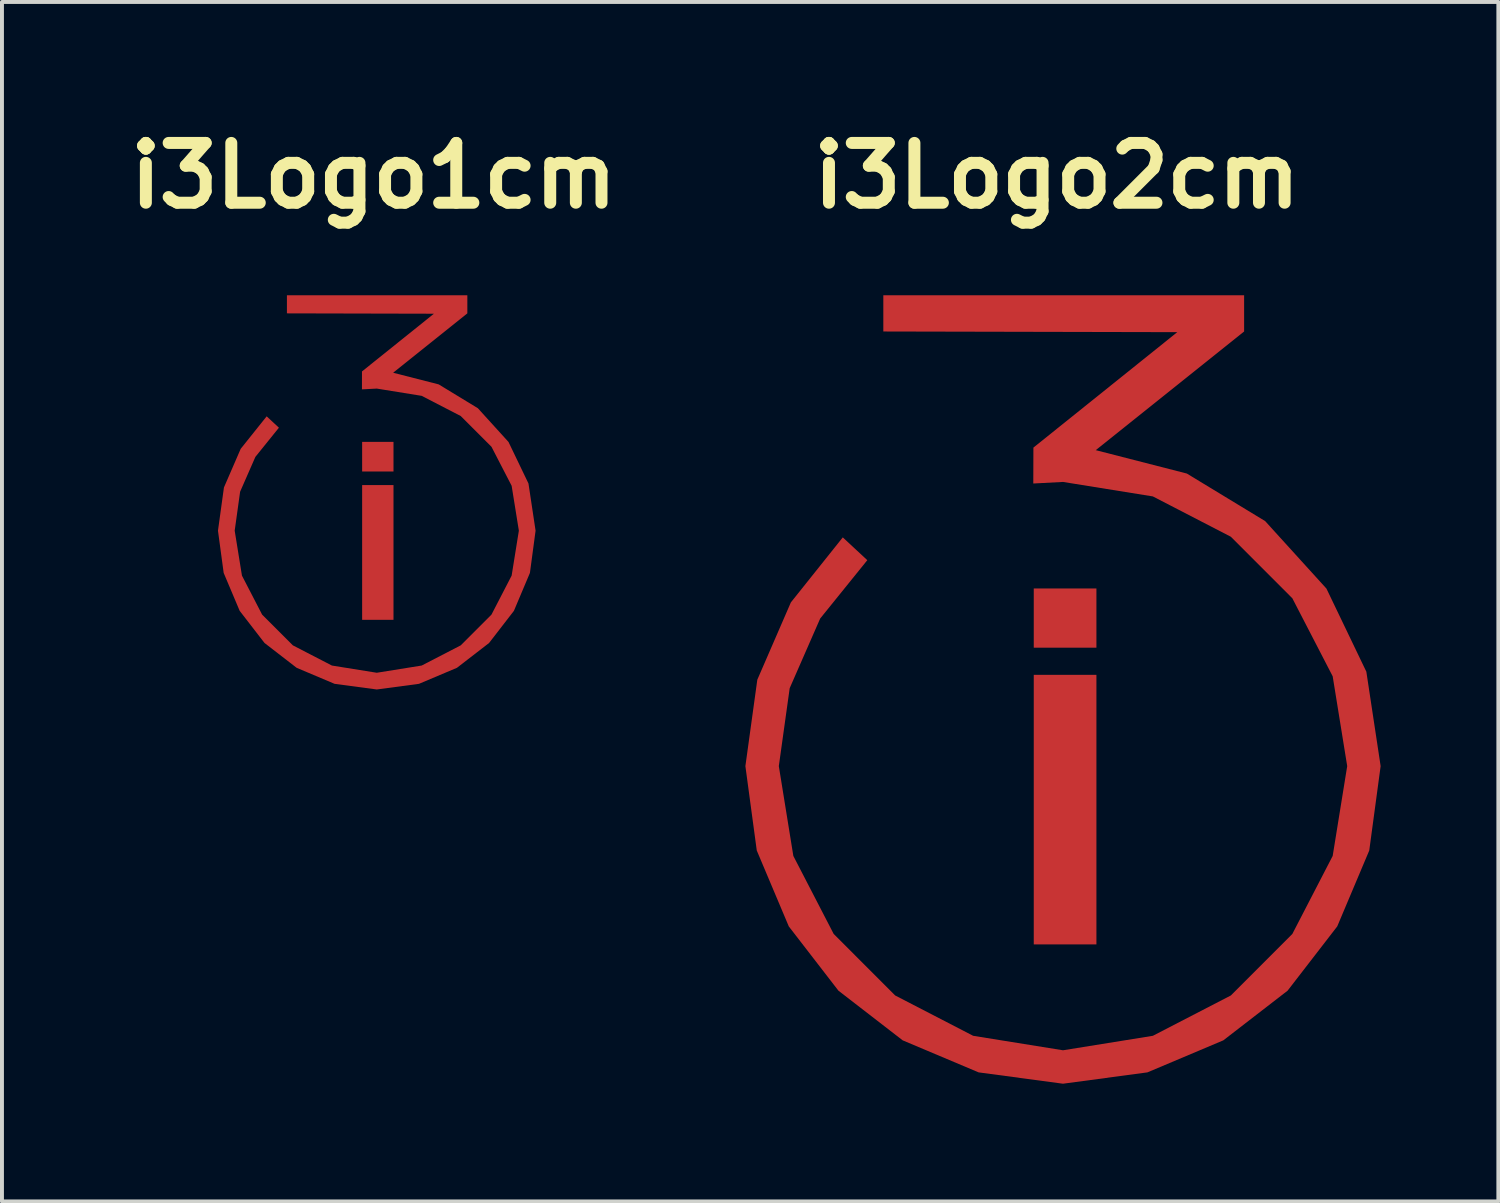
<source format=kicad_pcb>
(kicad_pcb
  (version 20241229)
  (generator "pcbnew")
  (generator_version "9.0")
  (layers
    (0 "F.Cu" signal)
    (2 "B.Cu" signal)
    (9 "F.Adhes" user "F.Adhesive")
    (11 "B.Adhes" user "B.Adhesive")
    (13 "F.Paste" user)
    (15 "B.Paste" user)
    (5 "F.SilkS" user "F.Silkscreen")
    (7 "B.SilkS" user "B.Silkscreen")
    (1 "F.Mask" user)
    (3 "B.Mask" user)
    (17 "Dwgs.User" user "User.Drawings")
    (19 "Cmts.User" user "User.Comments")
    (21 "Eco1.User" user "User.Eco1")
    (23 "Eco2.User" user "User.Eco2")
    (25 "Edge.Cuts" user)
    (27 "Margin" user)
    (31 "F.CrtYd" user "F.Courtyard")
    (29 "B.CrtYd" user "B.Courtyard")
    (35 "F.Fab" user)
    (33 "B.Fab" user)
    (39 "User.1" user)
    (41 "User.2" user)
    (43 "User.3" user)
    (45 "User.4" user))
  (footprint "i3Logo2cm"
    (layer "F.Cu")
    (at 23.882 14.699)
    (property "Reference" "i3Logo2cm" (at 0 -13.272 0) (layer "F.SilkS") (effects (font (size 1.524 1.524) (thickness 0.305))))
    (attr smd)
    (fp_poly (pts (xy -0.587 -2.752) (xy 1.01 -2.752) (xy 1.01 -1.243) (xy -0.587 -1.243) (xy -0.587 -2.752)) (stroke (width 0) (type solid)) (fill yes) (layer "F.Cu"))
    (fp_poly (pts (xy -0.587 -0.551) (xy 1.01 -0.551) (xy 1.01 6.319) (xy -0.587 6.319) (xy -0.587 -0.551)) (stroke (width 0) (type solid)) (fill yes) (layer "F.Cu"))
    (fp_poly (pts (xy 0.993 -6.277) (xy 4.774 -9.301) (xy 4.774 -10.224) (xy -4.421 -10.224) (xy -4.421 -9.301) (xy 3.07 -9.284) (xy -0.596 -6.342) (xy -0.599 -5.427) (xy 0.158 -5.467) (xy 2.448 -5.098) (xy 4.436 -4.07) (xy 6.003 -2.502) (xy 7.031 -0.514) (xy 7.401 1.775) (xy 7.031 4.064) (xy 6.003 6.052) (xy 4.436 7.62) (xy 2.448 8.648) (xy 0.158 9.017) (xy -2.131 8.648) (xy -4.119 7.62) (xy -5.686 6.052) (xy -6.714 4.064) (xy -7.084 1.775) (xy -6.807 -0.211) (xy -6.03 -1.986) (xy -4.829 -3.473) (xy -5.454 -4.054) (xy -6.777 -2.397) (xy -7.632 -0.427) (xy -7.936 1.775) (xy -7.646 3.926) (xy -6.83 5.86) (xy -5.565 7.498) (xy -3.927 8.764) (xy -1.993 9.58) (xy 0.158 9.869) (xy 2.31 9.58) (xy 4.244 8.764) (xy 5.882 7.498) (xy 7.147 5.86) (xy 7.963 3.926) (xy 8.253 1.775) (xy 7.889 -0.631) (xy 6.872 -2.749) (xy 5.31 -4.469) (xy 3.314 -5.681) (xy 0.993 -6.277)) (stroke (width 0) (type solid)) (fill yes) (layer "F.Cu"))
    (fp_poly (pts (xy -0.752 -2.826) (xy -0.752 -1.074) (xy 1.171 -1.074) (xy 1.171 -2.909) (xy -0.752 -2.909) (xy -0.752 -2.868) (xy -0.752 -2.826)) (stroke (width 0) (type solid)) (fill yes) (layer "F.Mask"))
    (fp_poly (pts (xy -0.752 -0.635) (xy -0.752 1.727) (xy -0.752 4.09) (xy -0.752 6.453) (xy 1.171 6.453) (xy 1.171 4.062) (xy 1.171 1.672) (xy 1.171 -0.719) (xy -0.752 -0.719) (xy -0.752 -0.677) (xy -0.752 -0.635)) (stroke (width 0) (type solid)) (fill yes) (layer "F.Mask"))
    (fp_poly (pts (xy -4.495 -10.104) (xy -4.495 -8.955) (xy -2.151 -8.949) (xy 0.194 -8.944) (xy 2.538 -8.938) (xy 0.895 -7.619) (xy -0.749 -6.299) (xy -0.753 -5.142) (xy 1.676 -5.031) (xy 3.917 -4.089) (xy 5.699 -2.429) (xy 6.746 -0.397) (xy 7.081 1.865) (xy 6.661 4.112) (xy 5.54 6.08) (xy 3.85 7.587) (xy 1.764 8.467) (xy -0.46 8.626) (xy -2.619 8.078) (xy -4.489 6.869) (xy -5.835 5.209) (xy -6.614 3.221) (xy -6.746 1.09) (xy -6.042 -1.37) (xy -4.492 -3.414) (xy -5.344 -4.206) (xy -6.644 -2.662) (xy -7.515 -0.842) (xy -7.918 1.135) (xy -7.814 3.151) (xy -7.211 5.079) (xy -6.147 6.797) (xy -4.698 8.205) (xy -2.943 9.206) (xy -1.036 9.729) (xy 0.94 9.776) (xy 2.87 9.352) (xy 4.637 8.464) (xy 6.111 7.2) (xy 7.242 5.621) (xy 7.972 3.822) (xy 8.244 1.899) (xy 7.905 -0.584) (xy 6.827 -2.846) (xy 5.108 -4.669) (xy 3.344 -5.708) (xy 1.376 -6.271) (xy 3.106 -7.655) (xy 4.836 -9.039) (xy 4.836 -10.186) (xy 2.503 -10.186) (xy 0.171 -10.186) (xy -2.162 -10.186) (xy -4.495 -10.186) (xy -4.495 -10.145) (xy -4.495 -10.104)) (stroke (width 0) (type solid)) (fill yes) (layer "F.Mask")))
  (footprint "i3Logo1cm"
    (layer "F.Cu")
    (at 6.473 9.587)
    (property "Reference" "i3Logo1cm" (at 0 -8.16 0) (layer "F.SilkS") (effects (font (size 1.524 1.524) (thickness 0.305))))
    (attr smd)
    (fp_poly (pts (xy -0.294 -1.376) (xy 0.505 -1.376) (xy 0.505 -0.621) (xy -0.294 -0.621) (xy -0.294 -1.376)) (stroke (width 0) (type solid)) (fill yes) (layer "F.Cu"))
    (fp_poly (pts (xy -0.294 -0.275) (xy 0.505 -0.275) (xy 0.505 3.159) (xy -0.294 3.159) (xy -0.294 -0.275)) (stroke (width 0) (type solid)) (fill yes) (layer "F.Cu"))
    (fp_poly (pts (xy 0.496 -3.138) (xy 2.387 -4.651) (xy 2.387 -5.112) (xy -2.211 -5.112) (xy -2.211 -4.651) (xy 1.535 -4.642) (xy -0.298 -3.171) (xy -0.299 -2.714) (xy 0.079 -2.734) (xy 1.224 -2.549) (xy 2.218 -2.035) (xy 3.002 -1.251) (xy 3.516 -0.257) (xy 3.7 0.887) (xy 3.516 2.032) (xy 3.002 3.026) (xy 2.218 3.81) (xy 1.224 4.324) (xy 0.079 4.508) (xy -1.065 4.324) (xy -2.059 3.81) (xy -2.843 3.026) (xy -3.357 2.032) (xy -3.542 0.887) (xy -3.404 -0.105) (xy -3.015 -0.993) (xy -2.415 -1.737) (xy -2.727 -2.027) (xy -3.389 -1.199) (xy -3.816 -0.214) (xy -3.968 0.887) (xy -3.823 1.963) (xy -3.415 2.93) (xy -2.782 3.749) (xy -1.963 4.382) (xy -0.997 4.79) (xy 0.079 4.934) (xy 1.155 4.79) (xy 2.122 4.382) (xy 2.941 3.749) (xy 3.574 2.93) (xy 3.982 1.963) (xy 4.126 0.887) (xy 3.945 -0.315) (xy 3.436 -1.374) (xy 2.655 -2.234) (xy 1.657 -2.841) (xy 0.496 -3.138)) (stroke (width 0) (type solid)) (fill yes) (layer "F.Cu"))
    (fp_poly (pts (xy -0.376 -1.413) (xy -0.376 -0.537) (xy 0.586 -0.537) (xy 0.586 -1.455) (xy -0.376 -1.455) (xy -0.376 -1.434) (xy -0.376 -1.413)) (stroke (width 0) (type solid)) (fill yes) (layer "F.Mask"))
    (fp_poly (pts (xy -0.376 -0.318) (xy -0.376 0.864) (xy -0.376 2.045) (xy -0.376 3.226) (xy 0.586 3.226) (xy 0.586 2.031) (xy 0.586 0.836) (xy 0.586 -0.359) (xy -0.376 -0.359) (xy -0.376 -0.338) (xy -0.376 -0.318)) (stroke (width 0) (type solid)) (fill yes) (layer "F.Mask"))
    (fp_poly (pts (xy -2.247 -5.052) (xy -2.247 -4.477) (xy -1.075 -4.475) (xy 0.097 -4.472) (xy 1.269 -4.469) (xy 0.447 -3.809) (xy -0.375 -3.15) (xy -0.377 -2.571) (xy 0.838 -2.516) (xy 1.958 -2.045) (xy 2.849 -1.215) (xy 3.373 -0.198) (xy 3.54 0.933) (xy 3.33 2.056) (xy 2.77 3.04) (xy 1.925 3.794) (xy 0.882 4.233) (xy -0.23 4.313) (xy -1.309 4.039) (xy -2.245 3.434) (xy -2.918 2.604) (xy -3.307 1.61) (xy -3.373 0.545) (xy -3.021 -0.685) (xy -2.246 -1.707) (xy -2.672 -2.103) (xy -3.322 -1.331) (xy -3.757 -0.421) (xy -3.959 0.567) (xy -3.907 1.575) (xy -3.606 2.54) (xy -3.073 3.398) (xy -2.349 4.102) (xy -1.471 4.603) (xy -0.518 4.865) (xy 0.47 4.888) (xy 1.435 4.676) (xy 2.318 4.232) (xy 3.055 3.6) (xy 3.621 2.81) (xy 3.986 1.911) (xy 4.122 0.949) (xy 3.953 -0.292) (xy 3.414 -1.423) (xy 2.554 -2.334) (xy 1.672 -2.854) (xy 0.688 -3.135) (xy 1.553 -3.828) (xy 2.418 -4.52) (xy 2.418 -5.093) (xy 1.252 -5.093) (xy 0.085 -5.093) (xy -1.081 -5.093) (xy -2.247 -5.093) (xy -2.247 -5.073) (xy -2.247 -5.052)) (stroke (width 0) (type solid)) (fill yes) (layer "F.Mask")))
  (gr_rect
    (start -3 -3)
    (end 35.135 27.568)
    (stroke (width 0.1) (type default))
    (fill no)
    (layer "Edge.Cuts")))
</source>
